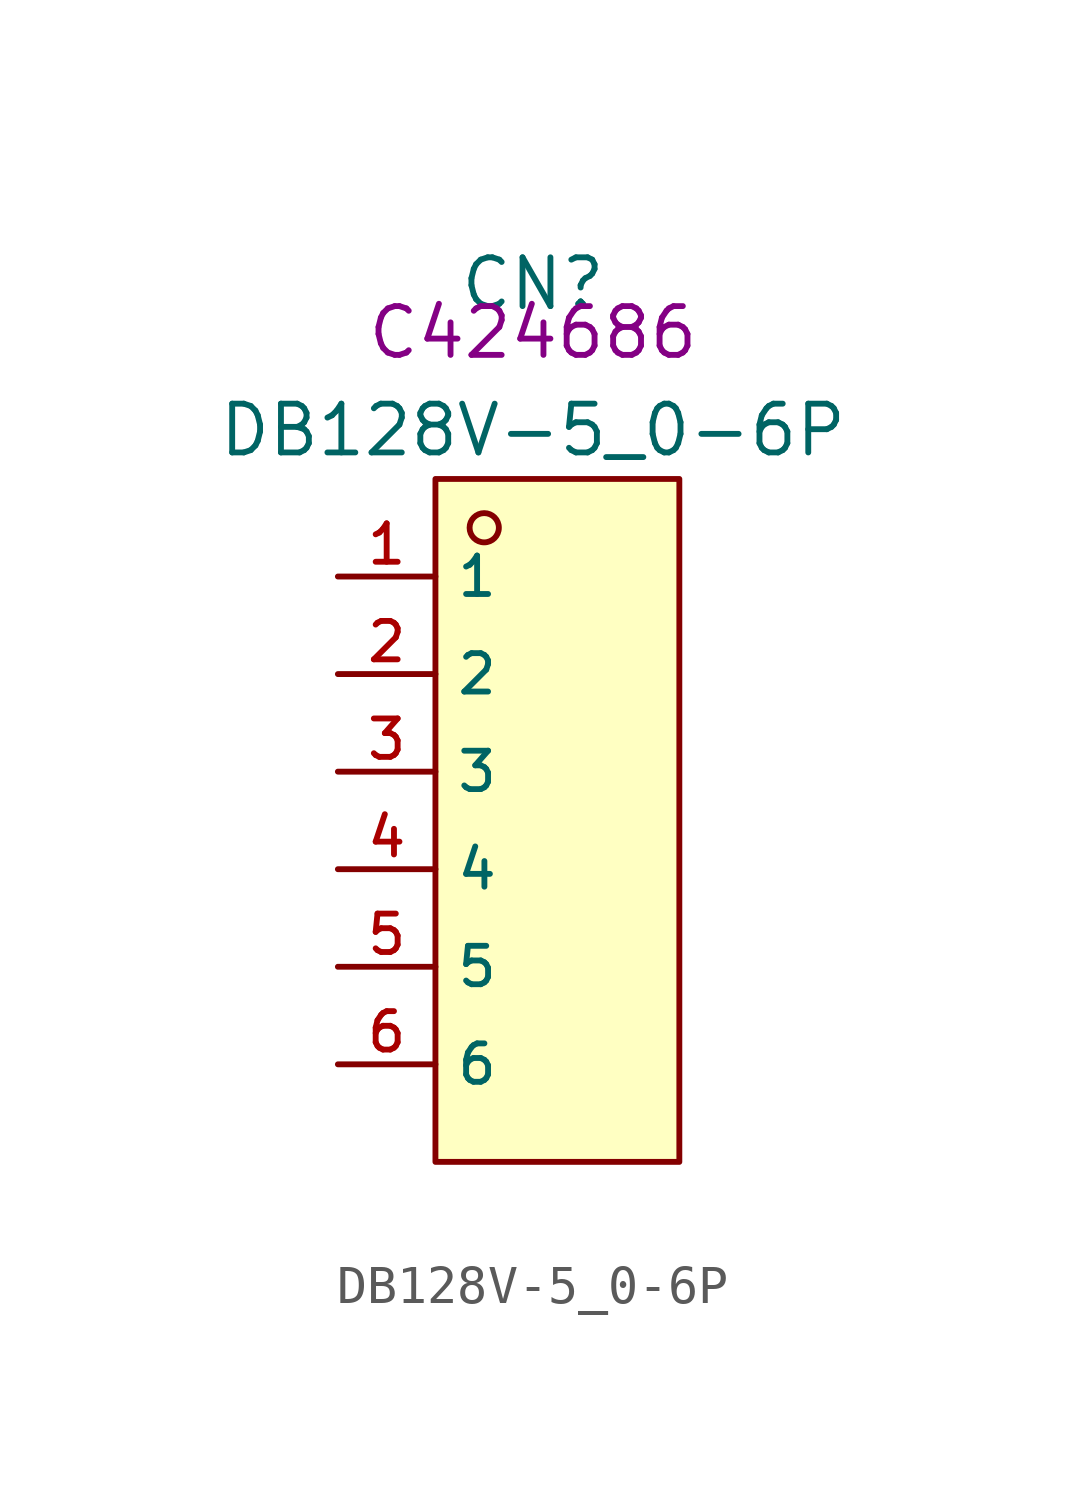
<source format=kicad_sym>
(kicad_symbol_lib
  (version 20210201)
  (generator TousstNicolas/JLC2KiCad_lib)
  (symbol "DB128V-5_0-6P"
    (property "Reference" "CN"
      (at 0 1.27 0)
      (effects (font (size 1.27 1.27))))
    (property "Value" "DB128V-5_0-6P"
      (at 0 -2.54 0)
      (effects (font (size 1.27 1.27))))
    (property "LCSC" "C424686"
      (at 0 0 0)
      (effects (font (size 1.27 1.27))))
    (symbol "DB128V-5_0-6P_0_0"
      (rectangle (start -2.54 -3.81) (end 3.81 -21.59) (stroke (width 0) (type default) (color 0 0 0 0)) (fill (type background)))
      (circle (center -1.27 -5.08) (radius 0.381) (stroke (width 0) (type default) (color 0 0 0 0)) (fill (type background)))
      (pin unspecified line (at -5.08 -6.35 0) (length 2.54) (name "1" (effects (font (size 1 1)))) (number "1" (effects (font (size 1 1)))))
      (pin unspecified line (at -5.08 -8.89 0) (length 2.54) (name "2" (effects (font (size 1 1)))) (number "2" (effects (font (size 1 1)))))
      (pin unspecified line (at -5.08 -11.43 0) (length 2.54) (name "3" (effects (font (size 1 1)))) (number "3" (effects (font (size 1 1)))))
      (pin unspecified line (at -5.08 -13.97 0) (length 2.54) (name "4" (effects (font (size 1 1)))) (number "4" (effects (font (size 1 1)))))
      (pin unspecified line (at -5.08 -16.51 0) (length 2.54) (name "5" (effects (font (size 1 1)))) (number "5" (effects (font (size 1 1)))))
      (pin unspecified line (at -5.08 -19.05 0) (length 2.54) (name "6" (effects (font (size 1 1)))) (number "6" (effects (font (size 1 1))))))))
</source>
